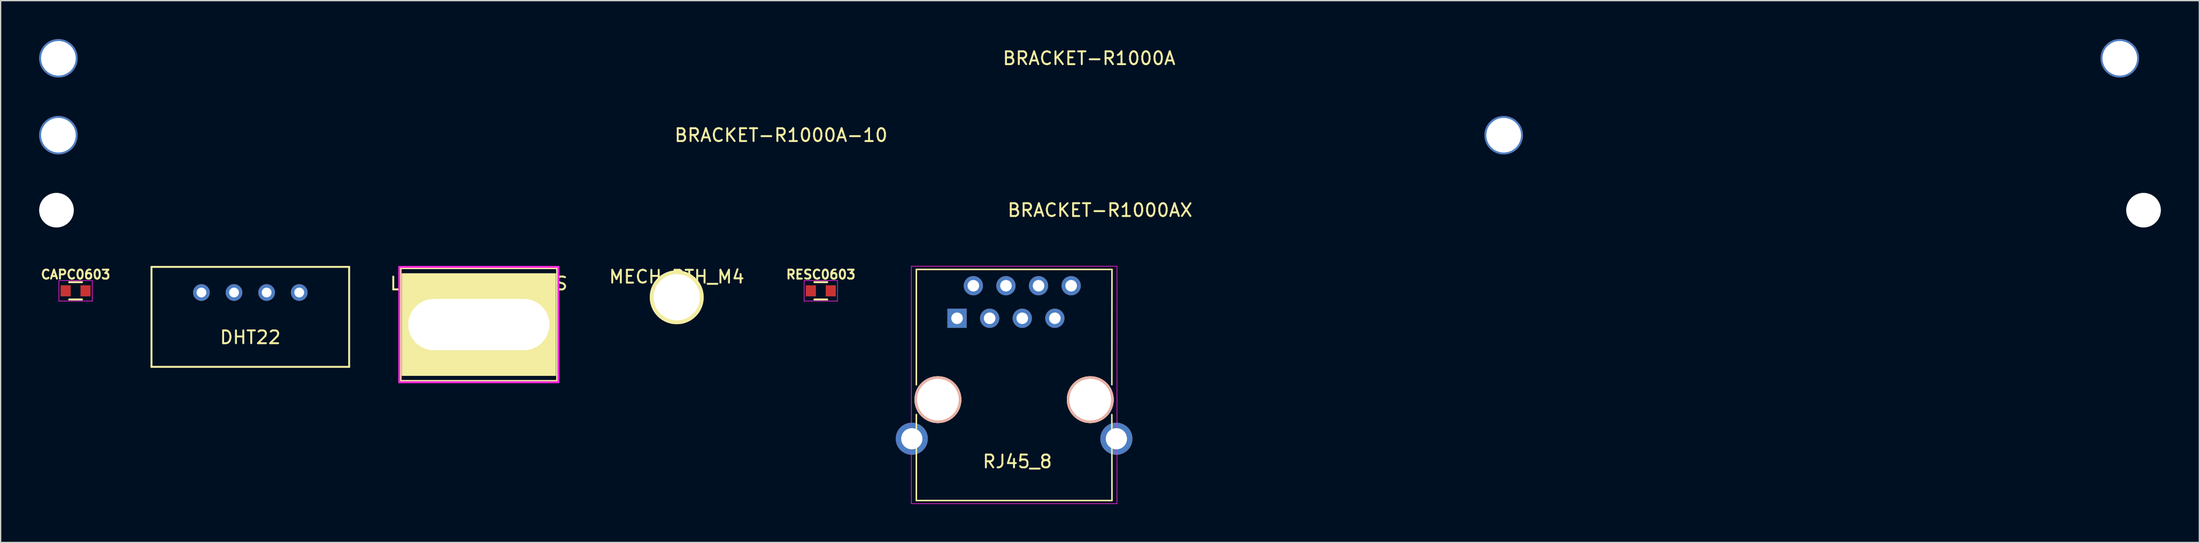
<source format=kicad_pcb>
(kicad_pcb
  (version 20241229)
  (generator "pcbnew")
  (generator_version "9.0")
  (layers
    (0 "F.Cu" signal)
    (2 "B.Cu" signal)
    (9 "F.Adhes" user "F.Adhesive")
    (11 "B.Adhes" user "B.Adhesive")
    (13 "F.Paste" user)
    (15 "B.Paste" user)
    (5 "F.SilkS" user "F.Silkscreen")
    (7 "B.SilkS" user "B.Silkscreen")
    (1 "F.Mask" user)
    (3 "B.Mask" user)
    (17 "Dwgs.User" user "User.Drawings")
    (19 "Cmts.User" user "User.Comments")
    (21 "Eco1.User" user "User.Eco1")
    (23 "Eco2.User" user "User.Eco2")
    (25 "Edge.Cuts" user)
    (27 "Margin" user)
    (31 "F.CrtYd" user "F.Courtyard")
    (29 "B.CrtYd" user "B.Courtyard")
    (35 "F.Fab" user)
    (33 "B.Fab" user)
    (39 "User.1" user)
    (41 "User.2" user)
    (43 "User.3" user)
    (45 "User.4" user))
  (footprint "RJ45_8"
    (layer "F.Cu")
    (at 71.512 21.785)
    (property "Reference" "RJ45_8" (at 4.7 11.18 0) (layer "F.SilkS") (effects (font (size 1 1) (thickness 0.15))))
    (attr through_hole)
    (fp_line (start -3.17 -3.81) (end -3.17 5.19) (stroke (width 0.12) (type solid)) (layer "F.SilkS"))
    (fp_line (start -3.17 7.51) (end -3.17 14.22) (stroke (width 0.12) (type solid)) (layer "F.SilkS"))
    (fp_line (start -3.17 14.22) (end 12.07 14.22) (stroke (width 0.12) (type solid)) (layer "F.SilkS"))
    (fp_line (start 12.06 7.52) (end 12.07 14.22) (stroke (width 0.12) (type solid)) (layer "F.SilkS"))
    (fp_line (start 12.07 -3.81) (end -3.17 -3.81) (stroke (width 0.12) (type solid)) (layer "F.SilkS"))
    (fp_line (start 12.07 -3.81) (end 12.06 5.18) (stroke (width 0.12) (type solid)) (layer "F.SilkS"))
    (fp_line (start -3.56 -4.06) (end -3.56 14.47) (stroke (width 0.05) (type solid)) (layer "F.CrtYd"))
    (fp_line (start -3.56 -4.06) (end 12.46 -4.06) (stroke (width 0.05) (type solid)) (layer "F.CrtYd"))
    (fp_line (start 12.46 14.47) (end -3.56 14.47) (stroke (width 0.05) (type solid)) (layer "F.CrtYd"))
    (fp_line (start 12.46 14.47) (end 12.46 -4.06) (stroke (width 0.05) (type solid)) (layer "F.CrtYd"))
    (pad "" np_thru_hole circle (at -1.49 6.35) (size 3.65 3.65) (drill 3.25) (layers "*.Cu" "*.SilkS" "*.Mask"))
    (pad "" np_thru_hole circle (at 10.38 6.35) (size 3.65 3.65) (drill 3.25) (layers "*.Cu" "*.SilkS" "*.Mask"))
    (pad "1" thru_hole rect (at 0 0) (size 1.5 1.5) (drill 0.9) (layers "*.Cu" "*.Mask"))
    (pad "2" thru_hole circle (at 1.27 -2.54) (size 1.5 1.5) (drill 0.9) (layers "*.Cu" "*.Mask"))
    (pad "3" thru_hole circle (at 2.54 0) (size 1.5 1.5) (drill 0.9) (layers "*.Cu" "*.Mask"))
    (pad "4" thru_hole circle (at 3.81 -2.54) (size 1.5 1.5) (drill 0.9) (layers "*.Cu" "*.Mask"))
    (pad "5" thru_hole circle (at 5.08 0) (size 1.5 1.5) (drill 0.9) (layers "*.Cu" "*.Mask"))
    (pad "6" thru_hole circle (at 6.35 -2.54) (size 1.5 1.5) (drill 0.9) (layers "*.Cu" "*.Mask"))
    (pad "7" thru_hole circle (at 7.62 0) (size 1.5 1.5) (drill 0.9) (layers "*.Cu" "*.Mask"))
    (pad "8" thru_hole circle (at 8.89 -2.54) (size 1.5 1.5) (drill 0.9) (layers "*.Cu" "*.Mask"))
    (pad "9" thru_hole circle (at -3.525 9.4) (size 2.5 2.5) (drill 1.65) (layers "*.Cu" "*.Mask"))
    (pad "9" thru_hole circle (at 12.415 9.4) (size 2.5 2.5) (drill 1.65) (layers "*.Cu" "*.Mask")))
  (footprint "BRACKET-R1000A-10"
    (layer "F.Cu")
    (at 57.8 7.5)
    (property "Reference" "BRACKET-R1000A-10" (at 0 0 0) (layer "F.SilkS") (effects (font (size 1 1) (thickness 0.15))))
    (attr through_hole)
    (pad "" np_thru_hole circle (at -56.3 0) (size 3 3) (drill 2.7) (layers "*.Cu" "*.Mask"))
    (pad "" np_thru_hole circle (at 56.3 0) (size 3 3) (drill 2.7) (layers "*.Cu" "*.Mask")))
  (footprint "BRACKET-R1000A"
    (layer "F.Cu")
    (at 81.8 1.5)
    (property "Reference" "BRACKET-R1000A" (at 0 0 0) (layer "F.SilkS") (effects (font (size 1 1) (thickness 0.15))))
    (attr through_hole)
    (pad "" np_thru_hole circle (at -80.3 0) (size 3 3) (drill 2.7) (layers "*.Cu" "*.Mask"))
    (pad "" np_thru_hole circle (at 80.3 0) (size 3 3) (drill 2.7) (layers "*.Cu" "*.Mask")))
  (footprint "MECH_PTH_M4"
    (layer "F.Cu")
    (at 49.673 20.148)
    (property "Reference" "MECH_PTH_M4" (at 0 -1.6 0) (layer "F.SilkS") (effects (font (size 1 1) (thickness 0.15))))
    (attr through_hole)
    (pad "" thru_hole circle (at 0 0) (size 4.2 4.2) (drill 3.6) (layers "*.Cu" "*.Mask" "F.SilkS")))
  (footprint "RESC0603"
    (layer "F.Cu")
    (at 60.898 19.643)
    (property "Reference" "RESC0603" (at 0 -1.27 0) (layer "F.SilkS") (effects (font (size 0.7 0.7) (thickness 0.15))))
    (attr smd)
    (fp_line (start -0.5 -0.675) (end 0.5 -0.675) (stroke (width 0.15) (type solid)) (layer "F.SilkS"))
    (fp_line (start 0.5 0.675) (end -0.5 0.675) (stroke (width 0.15) (type solid)) (layer "F.SilkS"))
    (fp_line (start -1.3 -0.8) (end -1.3 0.8) (stroke (width 0.05) (type solid)) (layer "F.CrtYd"))
    (fp_line (start -1.3 -0.8) (end 1.3 -0.8) (stroke (width 0.05) (type solid)) (layer "F.CrtYd"))
    (fp_line (start -1.3 0.8) (end 1.3 0.8) (stroke (width 0.05) (type solid)) (layer "F.CrtYd"))
    (fp_line (start 1.3 -0.8) (end 1.3 0.8) (stroke (width 0.05) (type solid)) (layer "F.CrtYd"))
    (pad "1" smd rect (at -0.774 0) (size 0.787 0.864) (layers "F.Cu" "F.Mask" "F.Paste"))
    (pad "2" smd rect (at 0.774 0) (size 0.787 0.864) (layers "F.Cu" "F.Mask" "F.Paste")))
  (footprint "CAPC0603"
    (layer "F.Cu")
    (at 2.838 19.643)
    (property "Reference" "CAPC0603" (at 0 -1.27 0) (layer "F.SilkS") (effects (font (size 0.7 0.7) (thickness 0.15))))
    (attr smd)
    (fp_line (start -0.5 -0.675) (end 0.5 -0.675) (stroke (width 0.15) (type solid)) (layer "F.SilkS"))
    (fp_line (start 0.5 0.675) (end -0.5 0.675) (stroke (width 0.15) (type solid)) (layer "F.SilkS"))
    (fp_line (start -1.3 -0.8) (end -1.3 0.8) (stroke (width 0.05) (type solid)) (layer "F.CrtYd"))
    (fp_line (start -1.3 -0.8) (end 1.3 -0.8) (stroke (width 0.05) (type solid)) (layer "F.CrtYd"))
    (fp_line (start -1.3 0.8) (end 1.3 0.8) (stroke (width 0.05) (type solid)) (layer "F.CrtYd"))
    (fp_line (start 1.3 -0.8) (end 1.3 0.8) (stroke (width 0.05) (type solid)) (layer "F.CrtYd"))
    (pad "1" smd rect (at -0.774 0) (size 0.787 0.864) (layers "F.Cu" "F.Mask" "F.Paste"))
    (pad "2" smd rect (at 0.774 0) (size 0.787 0.864) (layers "F.Cu" "F.Mask" "F.Paste")))
  (footprint "BRACKET-R1000AX"
    (layer "F.Cu")
    (at 82.65 13.35)
    (property "Reference" "BRACKET-R1000AX" (at 0 0 0) (layer "F.SilkS") (effects (font (size 1 1) (thickness 0.15))))
    (attr through_hole)
    (pad "" np_thru_hole circle (at -81.3 0) (size 2.7 2.7) (drill 2.7) (layers "*.Cu" "*.Mask"))
    (pad "" np_thru_hole circle (at 81.3 0) (size 2.7 2.7) (drill 2.7) (layers "*.Cu" "*.Mask")))
  (footprint "LUG_B6A-PCB-SS"
    (layer "F.Cu")
    (at 34.256 22.276)
    (property "Reference" "LUG_B6A-PCB-SS" (at 0 -3.2 0) (layer "F.SilkS") (effects (font (size 1 1) (thickness 0.15))))
    (attr through_hole)
    (fp_line (start -6.1 -4.4) (end 6.1 -4.4) (stroke (width 0.152) (type solid)) (layer "F.SilkS"))
    (fp_line (start -6.1 4.4) (end -6.1 -4.4) (stroke (width 0.152) (type solid)) (layer "F.SilkS"))
    (fp_line (start 6.1 4.4) (end -6.1 4.4) (stroke (width 0.152) (type solid)) (layer "F.SilkS"))
    (fp_line (start 6.1 4.4) (end 6.1 -4.4) (stroke (width 0.152) (type solid)) (layer "F.SilkS"))
    (fp_line (start -6.2 -4.5) (end -6.2 4.5) (stroke (width 0.152) (type solid)) (layer "F.CrtYd"))
    (fp_line (start -6.2 4.5) (end 6.2 4.5) (stroke (width 0.152) (type solid)) (layer "F.CrtYd"))
    (fp_line (start 6.2 -4.5) (end -6.2 -4.5) (stroke (width 0.152) (type solid)) (layer "F.CrtYd"))
    (fp_line (start 6.2 4.5) (end 6.2 -4.5) (stroke (width 0.152) (type solid)) (layer "F.CrtYd"))
    (pad "1" thru_hole rect (at 0 0) (size 12 8) (drill oval 11 4) (layers "*.Cu" "*.Mask" "F.SilkS")))
  (footprint "DHT22"
    (layer "F.Cu")
    (at 16.452 19.775)
    (property "Reference" "DHT22" (at 0 3.5 0) (layer "F.SilkS") (effects (font (size 1 1) (thickness 0.15))))
    (attr through_hole)
    (fp_line (start -7.7 -2) (end -7.7 5.8) (stroke (width 0.15) (type solid)) (layer "F.SilkS"))
    (fp_line (start -7.7 -2) (end 7.7 -2) (stroke (width 0.15) (type solid)) (layer "F.SilkS"))
    (fp_line (start 7.7 -2) (end 7.7 5.8) (stroke (width 0.15) (type solid)) (layer "F.SilkS"))
    (fp_line (start 7.7 5.8) (end -7.7 5.8) (stroke (width 0.15) (type solid)) (layer "F.SilkS"))
    (pad "1" thru_hole circle (at -3.81 0) (size 1.3 1.3) (drill 0.762) (layers "*.Cu" "*.Mask"))
    (pad "2" thru_hole circle (at -1.27 0) (size 1.3 1.3) (drill 0.762) (layers "*.Cu" "*.Mask"))
    (pad "3" thru_hole circle (at 1.27 0) (size 1.3 1.3) (drill 0.762) (layers "*.Cu" "*.Mask"))
    (pad "4" thru_hole circle (at 3.81 0) (size 1.3 1.3) (drill 0.762) (layers "*.Cu" "*.Mask")))
  (gr_rect
    (start -3 -3)
    (end 168.3 39.28)
    (stroke (width 0.1) (type default))
    (fill no)
    (layer "Edge.Cuts")))
</source>
